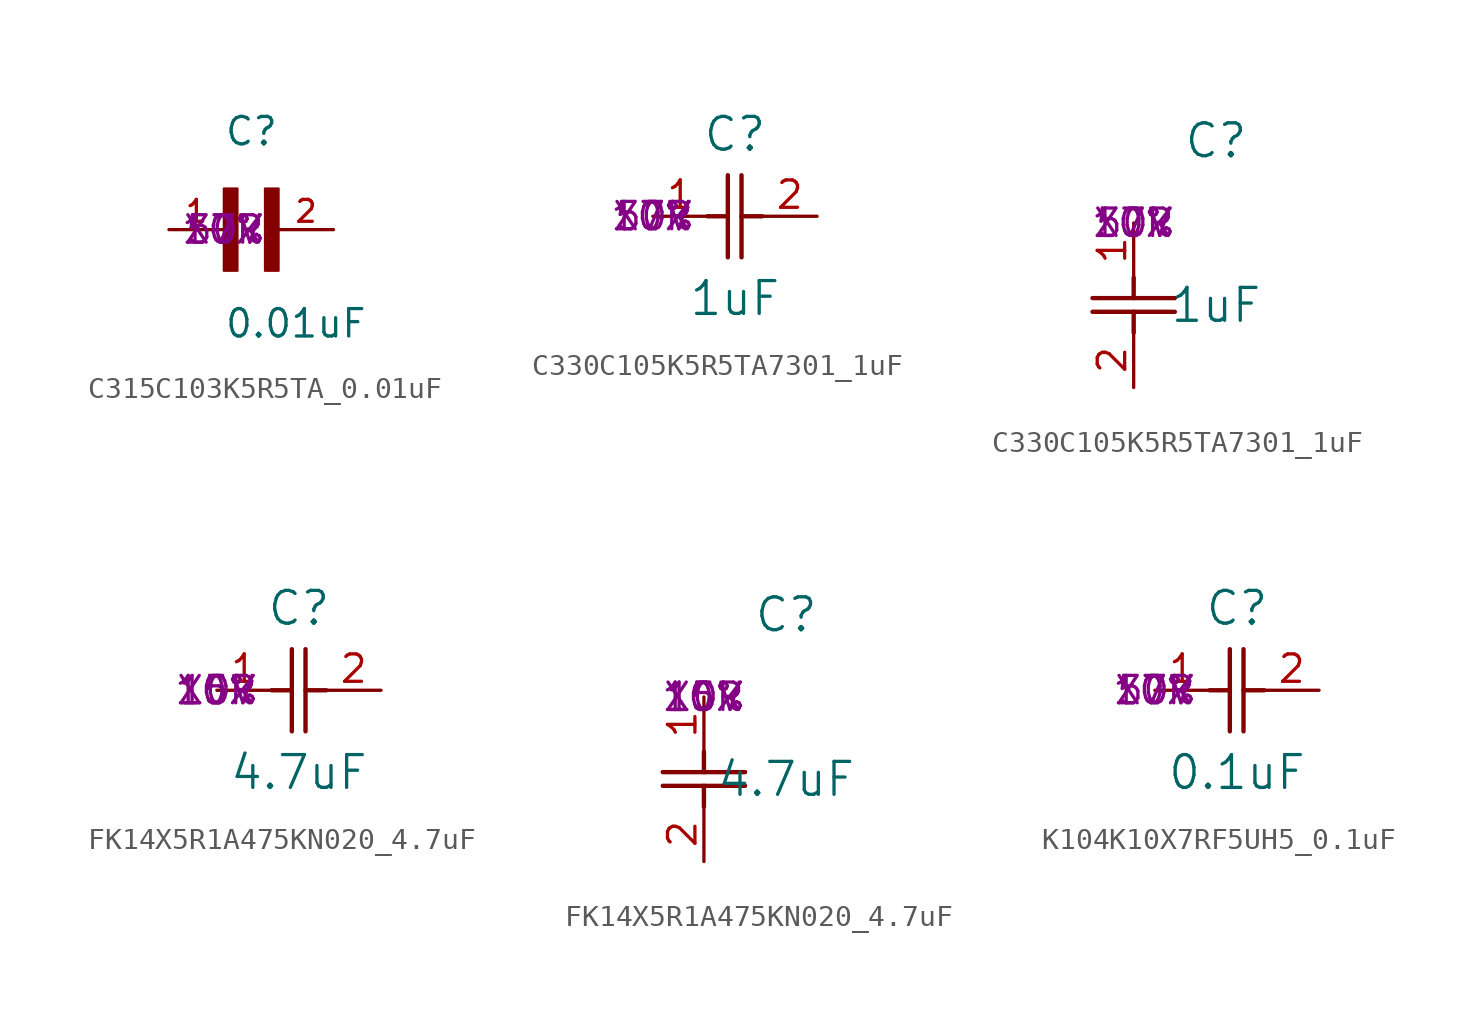
<source format=kicad_sym>
(kicad_symbol_lib
  (version 20241209)
  (generator "kicad_symbol_editor")
  (generator_version "9.0")
  (symbol "C315C103K5R5TA_0.01uF"
    (pin_names
      (offset 1.016))
    (property "Reference" "C"
      (at 0 3.811 0)
      (effects (font (size 1.27 1.27)) (justify left bottom)))
    (property "Value" "0.01uF"
      (at 0 -5.088 0)
      (effects (font (size 1.27 1.27)) (justify left bottom)))
    (property "V Rating" "50V"
      (at 0 0 0)
      (effects (font (size 1.27 1.27))))
    (property "Class" "X7R"
      (at 0 0 0)
      (effects (font (size 1.27 1.27))))
    (property "Tolerance" "10%"
      (at 0 0 0)
      (effects (font (size 1.27 1.27))))
    (symbol "C315C103K5R5TA_0.01uF_0_0"
      (rectangle (start 0 -1.907) (end 0.635 1.905) (stroke (width 0.1) (type default)) (fill (type outline)))
      (rectangle (start 1.907 -1.907) (end 2.54 1.905) (stroke (width 0.1) (type default)) (fill (type outline)))
      (pin passive line (at -2.54 0 0) (length 2.54) (name "~" (effects (font (size 1.016 1.016)))) (number "1" (effects (font (size 1.016 1.016)))))
      (pin passive line (at 5.08 0 180) (length 2.54) (name "~" (effects (font (size 1.016 1.016)))) (number "2" (effects (font (size 1.016 1.016)))))))
  (symbol "C330C105K5R5TA7301_1uF"
    (pin_names
      (offset 0.254))
    (property "Reference" "C"
      (at 3.81 3.81 0)
      (effects (font (size 1.524 1.524))))
    (property "Value" "1uF"
      (at 3.81 -3.81 0)
      (effects (font (size 1.524 1.524))))
    (property "Tolerance" "10%"
      (at 0 0 0)
      (effects (font (size 1.27 1.27))))
    (property "V Rating" "50V"
      (at 0 0 0)
      (effects (font (size 1.27 1.27))))
    (property "Class" "X7R"
      (at 0 0 0)
      (effects (font (size 1.27 1.27))))
    (symbol "C330C105K5R5TA7301_1uF_1_1"
      (polyline (pts (xy 2.54 0) (xy 3.48 0)) (stroke (width 0.203) (type default)) (fill (type none)))
      (polyline (pts (xy 3.48 -1.905) (xy 3.48 1.905)) (stroke (width 0.203) (type default)) (fill (type none)))
      (polyline (pts (xy 4.115 0) (xy 5.08 0)) (stroke (width 0.203) (type default)) (fill (type none)))
      (polyline (pts (xy 4.115 -1.905) (xy 4.115 1.905)) (stroke (width 0.203) (type default)) (fill (type none)))
      (pin unspecified line (at 0 0 0) (length 2.54) (name "" (effects (font (size 1.27 1.27)))) (number "1" (effects (font (size 1.27 1.27)))))
      (pin unspecified line (at 7.62 0 180) (length 2.54) (name "" (effects (font (size 1.27 1.27)))) (number "2" (effects (font (size 1.27 1.27))))))
    (symbol "C330C105K5R5TA7301_1uF_1_2"
      (polyline (pts (xy -1.905 -3.48) (xy 1.905 -3.48)) (stroke (width 0.203) (type default)) (fill (type none)))
      (polyline (pts (xy -1.905 -4.115) (xy 1.905 -4.115)) (stroke (width 0.203) (type default)) (fill (type none)))
      (polyline (pts (xy 0 -2.54) (xy 0 -3.48)) (stroke (width 0.203) (type default)) (fill (type none)))
      (polyline (pts (xy 0 -4.115) (xy 0 -5.08)) (stroke (width 0.203) (type default)) (fill (type none)))
      (pin unspecified line (at 0 0 270) (length 2.54) (name "" (effects (font (size 1.27 1.27)))) (number "1" (effects (font (size 1.27 1.27)))))
      (pin unspecified line (at 0 -7.62 90) (length 2.54) (name "" (effects (font (size 1.27 1.27)))) (number "2" (effects (font (size 1.27 1.27)))))))
  (symbol "FK14X5R1A475KN020_4.7uF"
    (pin_names
      (offset 0.254))
    (property "Reference" "C"
      (at 3.81 3.81 0)
      (effects (font (size 1.524 1.524))))
    (property "Value" "4.7uF"
      (at 3.81 -3.81 0)
      (effects (font (size 1.524 1.524))))
    (property "Tolerance" "10%"
      (at 0 0 0)
      (effects (font (size 1.27 1.27))))
    (property "V Rating" "10V"
      (at 0 0 0)
      (effects (font (size 1.27 1.27))))
    (property "Class" "X5R"
      (at 0 0 0)
      (effects (font (size 1.27 1.27))))
    (symbol "FK14X5R1A475KN020_4.7uF_1_1"
      (polyline (pts (xy 2.54 0) (xy 3.48 0)) (stroke (width 0.203) (type default)) (fill (type none)))
      (polyline (pts (xy 3.48 -1.905) (xy 3.48 1.905)) (stroke (width 0.203) (type default)) (fill (type none)))
      (polyline (pts (xy 4.115 0) (xy 5.08 0)) (stroke (width 0.203) (type default)) (fill (type none)))
      (polyline (pts (xy 4.115 -1.905) (xy 4.115 1.905)) (stroke (width 0.203) (type default)) (fill (type none)))
      (pin unspecified line (at 0 0 0) (length 2.54) (name "" (effects (font (size 1.27 1.27)))) (number "1" (effects (font (size 1.27 1.27)))))
      (pin unspecified line (at 7.62 0 180) (length 2.54) (name "" (effects (font (size 1.27 1.27)))) (number "2" (effects (font (size 1.27 1.27))))))
    (symbol "FK14X5R1A475KN020_4.7uF_1_2"
      (polyline (pts (xy -1.905 -3.48) (xy 1.905 -3.48)) (stroke (width 0.203) (type default)) (fill (type none)))
      (polyline (pts (xy -1.905 -4.115) (xy 1.905 -4.115)) (stroke (width 0.203) (type default)) (fill (type none)))
      (polyline (pts (xy 0 -2.54) (xy 0 -3.48)) (stroke (width 0.203) (type default)) (fill (type none)))
      (polyline (pts (xy 0 -4.115) (xy 0 -5.08)) (stroke (width 0.203) (type default)) (fill (type none)))
      (pin unspecified line (at 0 0 270) (length 2.54) (name "" (effects (font (size 1.27 1.27)))) (number "1" (effects (font (size 1.27 1.27)))))
      (pin unspecified line (at 0 -7.62 90) (length 2.54) (name "" (effects (font (size 1.27 1.27)))) (number "2" (effects (font (size 1.27 1.27)))))))
  (symbol "K104K10X7RF5UH5_0.1uF"
    (pin_names
      (offset 0.254))
    (property "Reference" "C"
      (at 3.81 3.81 0)
      (effects (font (size 1.524 1.524))))
    (property "Value" "0.1uF"
      (at 3.81 -3.81 0)
      (effects (font (size 1.524 1.524))))
    (property "Tolerance" "10%"
      (at 0 0 0)
      (effects (font (size 1.27 1.27))))
    (property "V Rating" "50V"
      (at 0 0 0)
      (effects (font (size 1.27 1.27))))
    (property "Class" "X7R"
      (at 0 0 0)
      (effects (font (size 1.27 1.27))))
    (symbol "K104K10X7RF5UH5_0.1uF_0_1"
      (polyline (pts (xy 2.54 0) (xy 3.48 0)) (stroke (width 0.203) (type default)) (fill (type none)))
      (polyline (pts (xy 3.48 -1.905) (xy 3.48 1.905)) (stroke (width 0.203) (type default)) (fill (type none)))
      (polyline (pts (xy 4.115 0) (xy 5.08 0)) (stroke (width 0.203) (type default)) (fill (type none)))
      (polyline (pts (xy 4.115 -1.905) (xy 4.115 1.905)) (stroke (width 0.203) (type default)) (fill (type none)))
      (pin unspecified line (at 0 0 0) (length 2.54) (name "" (effects (font (size 1.27 1.27)))) (number "1" (effects (font (size 1.27 1.27)))))
      (pin unspecified line (at 7.62 0 180) (length 2.54) (name "" (effects (font (size 1.27 1.27)))) (number "2" (effects (font (size 1.27 1.27))))))))
</source>
